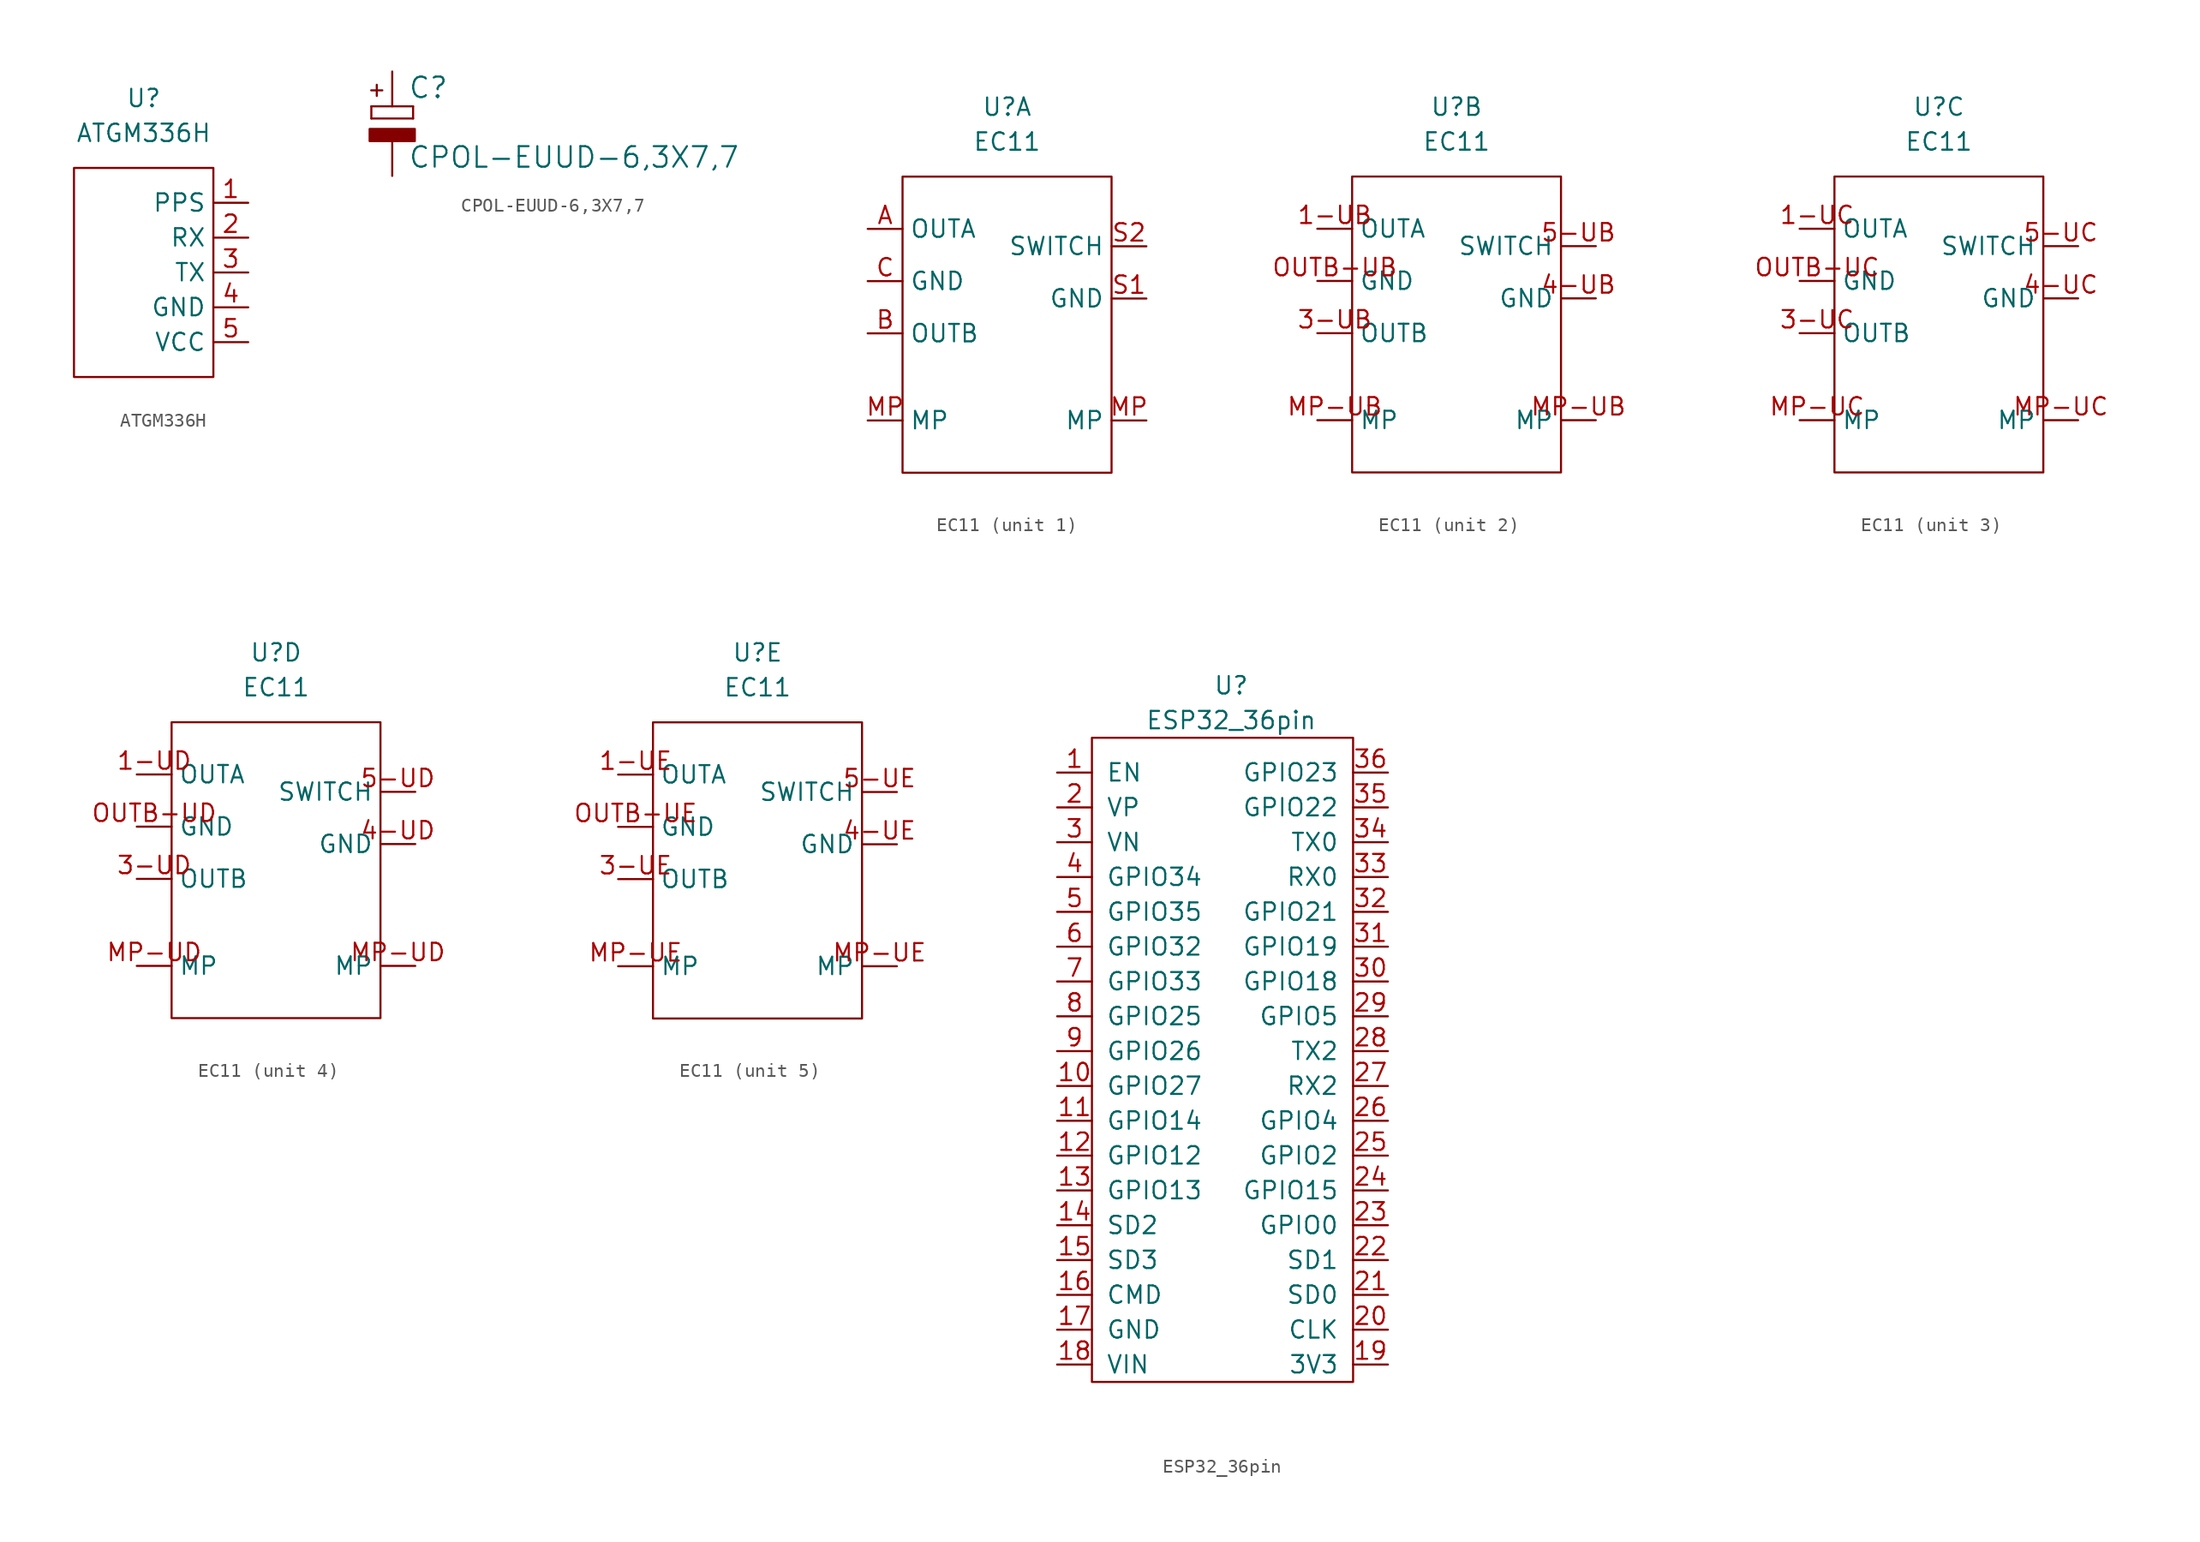
<source format=kicad_sym>
(kicad_symbol_lib
  (version 20211014)
  (generator kicad_symbol_editor)
  (symbol "ATGM336H"
    (property "Reference" "U"
      (at 0 2.54 0)
      (effects (font (size 1.27 1.27))))
    (property "Value" "ATGM336H"
      (at 0 0 0)
      (effects (font (size 1.27 1.27))))
    (symbol "ATGM336H_0_1"
      (rectangle (start -5.08 -2.54) (end 5.08 -17.78) (stroke (width 0.152) (type default) (color 0 0 0 0)) (fill (type none))))
    (symbol "ATGM336H_1_1"
      (pin input line (at 7.62 -5.08 180) (length 2.54) (name "PPS" (effects (font (size 1.27 1.27)))) (number "1" (effects (font (size 1.27 1.27)))))
      (pin input line (at 7.62 -7.62 180) (length 2.54) (name "RX" (effects (font (size 1.27 1.27)))) (number "2" (effects (font (size 1.27 1.27)))))
      (pin output line (at 7.62 -10.16 180) (length 2.54) (name "TX" (effects (font (size 1.27 1.27)))) (number "3" (effects (font (size 1.27 1.27)))))
      (pin power_in line (at 7.62 -12.7 180) (length 2.54) (name "GND" (effects (font (size 1.27 1.27)))) (number "4" (effects (font (size 1.27 1.27)))))
      (pin power_in line (at 7.62 -15.24 180) (length 2.54) (name "VCC" (effects (font (size 1.27 1.27)))) (number "5" (effects (font (size 1.27 1.27)))))))
  (symbol "CPOL-EUUD-6,3X7,7"
    (pin_names
      (offset 1.016))
    (property "Reference" "C"
      (at 1.143 0.483 0)
      (effects (font (size 1.499 1.499)) (justify left bottom)))
    (property "Value" "CPOL-EUUD-6,3X7,7"
      (at 1.143 -4.597 0)
      (effects (font (size 1.499 1.499)) (justify left bottom)))
    (property "ki_locked" ""
      (at 0 0 0)
      (effects (font (size 1.27 1.27))))
    (symbol "CPOL-EUUD-6,3X7,7_1_0"
      (rectangle (start -1.651 -2.54) (end 1.651 -1.651) (stroke (width 0) (type default) (color 0 0 0 0)) (fill (type outline)))
      (polyline (pts (xy -1.524 -0.889) (xy 1.524 -0.889)) (stroke (width 0) (type default) (color 0 0 0 0)) (fill (type none)))
      (polyline (pts (xy -1.524 0) (xy -1.524 -0.889)) (stroke (width 0) (type default) (color 0 0 0 0)) (fill (type none)))
      (polyline (pts (xy -1.524 0) (xy 1.524 0)) (stroke (width 0) (type default) (color 0 0 0 0)) (fill (type none)))
      (polyline (pts (xy 1.524 -0.889) (xy 1.524 0)) (stroke (width 0) (type default) (color 0 0 0 0)) (fill (type none)))
      (text "+" (at -0.584 0.406 900) (effects (font (size 1.067 1.067)) (justify left bottom)))
      (pin passive line (at 0 2.54 270) (length 2.54) (name "+" (effects (font (size 0 0)))) (number "+" (effects (font (size 0 0)))))
      (pin passive line (at 0 -5.08 90) (length 2.54) (name "-" (effects (font (size 0 0)))) (number "-" (effects (font (size 0 0)))))))
  (symbol "EC11"
    (property "Reference" "U"
      (at 0 2.54 0)
      (effects (font (size 1.27 1.27))))
    (property "Value" "EC11"
      (at 0 0 0)
      (effects (font (size 1.27 1.27))))
    (symbol "EC11_0_1"
      (rectangle (start -7.62 -2.54) (end 7.62 -24.13) (stroke (width 0.152) (type default) (color 0 0 0 0)) (fill (type none))))
    (symbol "EC11_1_1"
      (pin output line (at -10.16 -6.35 0) (length 2.54) (name "OUTA" (effects (font (size 1.27 1.27)))) (number "A" (effects (font (size 1.27 1.27)))))
      (pin output line (at -10.16 -13.97 0) (length 2.54) (name "OUTB" (effects (font (size 1.27 1.27)))) (number "B" (effects (font (size 1.27 1.27)))))
      (pin power_in line (at -10.16 -10.16 0) (length 2.54) (name "GND" (effects (font (size 1.27 1.27)))) (number "C" (effects (font (size 1.27 1.27)))))
      (pin power_in line (at -10.16 -20.32 0) (length 2.54) (name "MP" (effects (font (size 1.27 1.27)))) (number "MP" (effects (font (size 1.27 1.27)))))
      (pin power_in line (at 10.16 -20.32 180) (length 2.54) (name "MP" (effects (font (size 1.27 1.27)))) (number "MP" (effects (font (size 1.27 1.27)))))
      (pin power_in line (at 10.16 -11.43 180) (length 2.54) (name "GND" (effects (font (size 1.27 1.27)))) (number "S1" (effects (font (size 1.27 1.27)))))
      (pin output line (at 10.16 -7.62 180) (length 2.54) (name "SWITCH" (effects (font (size 1.27 1.27)))) (number "S2" (effects (font (size 1.27 1.27))))))
    (symbol "EC11_2_1"
      (pin output line (at -10.16 -6.35 0) (length 2.54) (name "OUTA" (effects (font (size 1.27 1.27)))) (number "1-UB" (effects (font (size 1.27 1.27)))))
      (pin output line (at -10.16 -13.97 0) (length 2.54) (name "OUTB" (effects (font (size 1.27 1.27)))) (number "3-UB" (effects (font (size 1.27 1.27)))))
      (pin power_in line (at 10.16 -11.43 180) (length 2.54) (name "GND" (effects (font (size 1.27 1.27)))) (number "4-UB" (effects (font (size 1.27 1.27)))))
      (pin output line (at 10.16 -7.62 180) (length 2.54) (name "SWITCH" (effects (font (size 1.27 1.27)))) (number "5-UB" (effects (font (size 1.27 1.27)))))
      (pin power_in line (at -10.16 -20.32 0) (length 2.54) (name "MP" (effects (font (size 1.27 1.27)))) (number "MP-UB" (effects (font (size 1.27 1.27)))))
      (pin power_in line (at 10.16 -20.32 180) (length 2.54) (name "MP" (effects (font (size 1.27 1.27)))) (number "MP-UB" (effects (font (size 1.27 1.27)))))
      (pin power_in line (at -10.16 -10.16 0) (length 2.54) (name "GND" (effects (font (size 1.27 1.27)))) (number "OUTB-UB" (effects (font (size 1.27 1.27))))))
    (symbol "EC11_3_1"
      (pin output line (at -10.16 -6.35 0) (length 2.54) (name "OUTA" (effects (font (size 1.27 1.27)))) (number "1-UC" (effects (font (size 1.27 1.27)))))
      (pin output line (at -10.16 -13.97 0) (length 2.54) (name "OUTB" (effects (font (size 1.27 1.27)))) (number "3-UC" (effects (font (size 1.27 1.27)))))
      (pin power_in line (at 10.16 -11.43 180) (length 2.54) (name "GND" (effects (font (size 1.27 1.27)))) (number "4-UC" (effects (font (size 1.27 1.27)))))
      (pin output line (at 10.16 -7.62 180) (length 2.54) (name "SWITCH" (effects (font (size 1.27 1.27)))) (number "5-UC" (effects (font (size 1.27 1.27)))))
      (pin power_in line (at -10.16 -20.32 0) (length 2.54) (name "MP" (effects (font (size 1.27 1.27)))) (number "MP-UC" (effects (font (size 1.27 1.27)))))
      (pin power_in line (at 10.16 -20.32 180) (length 2.54) (name "MP" (effects (font (size 1.27 1.27)))) (number "MP-UC" (effects (font (size 1.27 1.27)))))
      (pin power_in line (at -10.16 -10.16 0) (length 2.54) (name "GND" (effects (font (size 1.27 1.27)))) (number "OUTB-UC" (effects (font (size 1.27 1.27))))))
    (symbol "EC11_4_1"
      (pin output line (at -10.16 -6.35 0) (length 2.54) (name "OUTA" (effects (font (size 1.27 1.27)))) (number "1-UD" (effects (font (size 1.27 1.27)))))
      (pin output line (at -10.16 -13.97 0) (length 2.54) (name "OUTB" (effects (font (size 1.27 1.27)))) (number "3-UD" (effects (font (size 1.27 1.27)))))
      (pin power_in line (at 10.16 -11.43 180) (length 2.54) (name "GND" (effects (font (size 1.27 1.27)))) (number "4-UD" (effects (font (size 1.27 1.27)))))
      (pin output line (at 10.16 -7.62 180) (length 2.54) (name "SWITCH" (effects (font (size 1.27 1.27)))) (number "5-UD" (effects (font (size 1.27 1.27)))))
      (pin power_in line (at -10.16 -20.32 0) (length 2.54) (name "MP" (effects (font (size 1.27 1.27)))) (number "MP-UD" (effects (font (size 1.27 1.27)))))
      (pin power_in line (at 10.16 -20.32 180) (length 2.54) (name "MP" (effects (font (size 1.27 1.27)))) (number "MP-UD" (effects (font (size 1.27 1.27)))))
      (pin power_in line (at -10.16 -10.16 0) (length 2.54) (name "GND" (effects (font (size 1.27 1.27)))) (number "OUTB-UD" (effects (font (size 1.27 1.27))))))
    (symbol "EC11_5_1"
      (pin output line (at -10.16 -6.35 0) (length 2.54) (name "OUTA" (effects (font (size 1.27 1.27)))) (number "1-UE" (effects (font (size 1.27 1.27)))))
      (pin output line (at -10.16 -13.97 0) (length 2.54) (name "OUTB" (effects (font (size 1.27 1.27)))) (number "3-UE" (effects (font (size 1.27 1.27)))))
      (pin power_in line (at 10.16 -11.43 180) (length 2.54) (name "GND" (effects (font (size 1.27 1.27)))) (number "4-UE" (effects (font (size 1.27 1.27)))))
      (pin output line (at 10.16 -7.62 180) (length 2.54) (name "SWITCH" (effects (font (size 1.27 1.27)))) (number "5-UE" (effects (font (size 1.27 1.27)))))
      (pin power_in line (at -10.16 -20.32 0) (length 2.54) (name "MP" (effects (font (size 1.27 1.27)))) (number "MP-UE" (effects (font (size 1.27 1.27)))))
      (pin power_in line (at 10.16 -20.32 180) (length 2.54) (name "MP" (effects (font (size 1.27 1.27)))) (number "MP-UE" (effects (font (size 1.27 1.27)))))
      (pin power_in line (at -10.16 -10.16 0) (length 2.54) (name "GND" (effects (font (size 1.27 1.27)))) (number "OUTB-UE" (effects (font (size 1.27 1.27)))))))
  (symbol "ESP32_36pin"
    (pin_names
      (offset 1.016))
    (property "Reference" "U"
      (at 2.54 1.27 0)
      (effects (font (size 1.27 1.27))))
    (property "Value" "ESP32_36pin"
      (at 2.54 -1.27 0)
      (effects (font (size 1.27 1.27))))
    (symbol "ESP32_36pin_0_1"
      (rectangle (start -7.62 -2.54) (end 11.43 -49.53) (stroke (width 0) (type default) (color 0 0 0 0)) (fill (type none))))
    (symbol "ESP32_36pin_1_1"
      (pin input line (at -10.16 -5.08 0) (length 2.54) (name "EN" (effects (font (size 1.27 1.27)))) (number "1" (effects (font (size 1.27 1.27)))))
      (pin input line (at -10.16 -27.94 0) (length 2.54) (name "GPIO27" (effects (font (size 1.27 1.27)))) (number "10" (effects (font (size 1.27 1.27)))))
      (pin input line (at -10.16 -30.48 0) (length 2.54) (name "GPIO14" (effects (font (size 1.27 1.27)))) (number "11" (effects (font (size 1.27 1.27)))))
      (pin input line (at -10.16 -33.02 0) (length 2.54) (name "GPIO12" (effects (font (size 1.27 1.27)))) (number "12" (effects (font (size 1.27 1.27)))))
      (pin input line (at -10.16 -35.56 0) (length 2.54) (name "GPIO13" (effects (font (size 1.27 1.27)))) (number "13" (effects (font (size 1.27 1.27)))))
      (pin input line (at -10.16 -38.1 0) (length 2.54) (name "SD2" (effects (font (size 1.27 1.27)))) (number "14" (effects (font (size 1.27 1.27)))))
      (pin input line (at -10.16 -40.64 0) (length 2.54) (name "SD3" (effects (font (size 1.27 1.27)))) (number "15" (effects (font (size 1.27 1.27)))))
      (pin input line (at -10.16 -43.18 0) (length 2.54) (name "CMD" (effects (font (size 1.27 1.27)))) (number "16" (effects (font (size 1.27 1.27)))))
      (pin input line (at -10.16 -45.72 0) (length 2.54) (name "GND" (effects (font (size 1.27 1.27)))) (number "17" (effects (font (size 1.27 1.27)))))
      (pin input line (at -10.16 -48.26 0) (length 2.54) (name "VIN" (effects (font (size 1.27 1.27)))) (number "18" (effects (font (size 1.27 1.27)))))
      (pin input line (at 13.97 -48.26 180) (length 2.54) (name "3V3" (effects (font (size 1.27 1.27)))) (number "19" (effects (font (size 1.27 1.27)))))
      (pin input line (at -10.16 -7.62 0) (length 2.54) (name "VP" (effects (font (size 1.27 1.27)))) (number "2" (effects (font (size 1.27 1.27)))))
      (pin input line (at 13.97 -45.72 180) (length 2.54) (name "CLK" (effects (font (size 1.27 1.27)))) (number "20" (effects (font (size 1.27 1.27)))))
      (pin input line (at 13.97 -43.18 180) (length 2.54) (name "SD0" (effects (font (size 1.27 1.27)))) (number "21" (effects (font (size 1.27 1.27)))))
      (pin input line (at 13.97 -40.64 180) (length 2.54) (name "SD1" (effects (font (size 1.27 1.27)))) (number "22" (effects (font (size 1.27 1.27)))))
      (pin input line (at 13.97 -38.1 180) (length 2.54) (name "GPIO0" (effects (font (size 1.27 1.27)))) (number "23" (effects (font (size 1.27 1.27)))))
      (pin input line (at 13.97 -35.56 180) (length 2.54) (name "GPIO15" (effects (font (size 1.27 1.27)))) (number "24" (effects (font (size 1.27 1.27)))))
      (pin input line (at 13.97 -33.02 180) (length 2.54) (name "GPIO2" (effects (font (size 1.27 1.27)))) (number "25" (effects (font (size 1.27 1.27)))))
      (pin input line (at 13.97 -30.48 180) (length 2.54) (name "GPIO4" (effects (font (size 1.27 1.27)))) (number "26" (effects (font (size 1.27 1.27)))))
      (pin input line (at 13.97 -27.94 180) (length 2.54) (name "RX2" (effects (font (size 1.27 1.27)))) (number "27" (effects (font (size 1.27 1.27)))))
      (pin input line (at 13.97 -25.4 180) (length 2.54) (name "TX2" (effects (font (size 1.27 1.27)))) (number "28" (effects (font (size 1.27 1.27)))))
      (pin input line (at 13.97 -22.86 180) (length 2.54) (name "GPIO5" (effects (font (size 1.27 1.27)))) (number "29" (effects (font (size 1.27 1.27)))))
      (pin input line (at -10.16 -10.16 0) (length 2.54) (name "VN" (effects (font (size 1.27 1.27)))) (number "3" (effects (font (size 1.27 1.27)))))
      (pin input line (at 13.97 -20.32 180) (length 2.54) (name "GPIO18" (effects (font (size 1.27 1.27)))) (number "30" (effects (font (size 1.27 1.27)))))
      (pin input line (at 13.97 -17.78 180) (length 2.54) (name "GPIO19" (effects (font (size 1.27 1.27)))) (number "31" (effects (font (size 1.27 1.27)))))
      (pin input line (at 13.97 -15.24 180) (length 2.54) (name "GPIO21" (effects (font (size 1.27 1.27)))) (number "32" (effects (font (size 1.27 1.27)))))
      (pin input line (at 13.97 -12.7 180) (length 2.54) (name "RX0" (effects (font (size 1.27 1.27)))) (number "33" (effects (font (size 1.27 1.27)))))
      (pin input line (at 13.97 -10.16 180) (length 2.54) (name "TX0" (effects (font (size 1.27 1.27)))) (number "34" (effects (font (size 1.27 1.27)))))
      (pin input line (at 13.97 -7.62 180) (length 2.54) (name "GPIO22" (effects (font (size 1.27 1.27)))) (number "35" (effects (font (size 1.27 1.27)))))
      (pin input line (at 13.97 -5.08 180) (length 2.54) (name "GPIO23" (effects (font (size 1.27 1.27)))) (number "36" (effects (font (size 1.27 1.27)))))
      (pin input line (at -10.16 -12.7 0) (length 2.54) (name "GPIO34" (effects (font (size 1.27 1.27)))) (number "4" (effects (font (size 1.27 1.27)))))
      (pin input line (at -10.16 -15.24 0) (length 2.54) (name "GPIO35" (effects (font (size 1.27 1.27)))) (number "5" (effects (font (size 1.27 1.27)))))
      (pin input line (at -10.16 -17.78 0) (length 2.54) (name "GPIO32" (effects (font (size 1.27 1.27)))) (number "6" (effects (font (size 1.27 1.27)))))
      (pin input line (at -10.16 -20.32 0) (length 2.54) (name "GPIO33" (effects (font (size 1.27 1.27)))) (number "7" (effects (font (size 1.27 1.27)))))
      (pin input line (at -10.16 -22.86 0) (length 2.54) (name "GPIO25" (effects (font (size 1.27 1.27)))) (number "8" (effects (font (size 1.27 1.27)))))
      (pin input line (at -10.16 -25.4 0) (length 2.54) (name "GPIO26" (effects (font (size 1.27 1.27)))) (number "9" (effects (font (size 1.27 1.27))))))))
</source>
